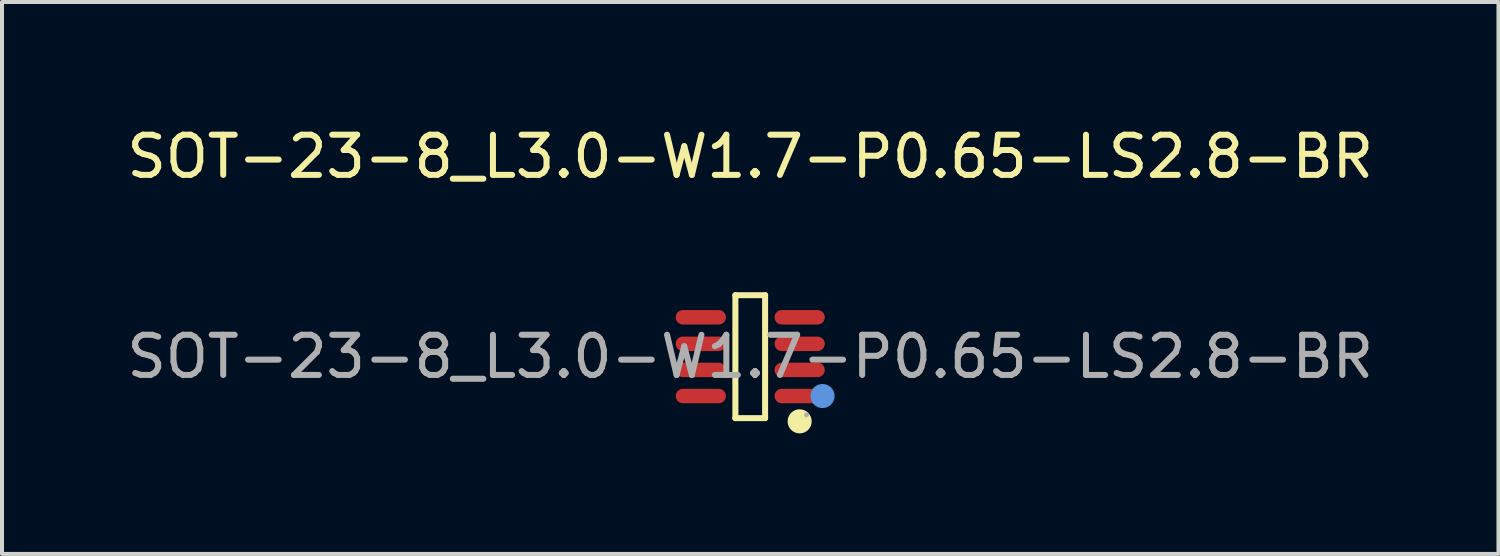
<source format=kicad_pcb>
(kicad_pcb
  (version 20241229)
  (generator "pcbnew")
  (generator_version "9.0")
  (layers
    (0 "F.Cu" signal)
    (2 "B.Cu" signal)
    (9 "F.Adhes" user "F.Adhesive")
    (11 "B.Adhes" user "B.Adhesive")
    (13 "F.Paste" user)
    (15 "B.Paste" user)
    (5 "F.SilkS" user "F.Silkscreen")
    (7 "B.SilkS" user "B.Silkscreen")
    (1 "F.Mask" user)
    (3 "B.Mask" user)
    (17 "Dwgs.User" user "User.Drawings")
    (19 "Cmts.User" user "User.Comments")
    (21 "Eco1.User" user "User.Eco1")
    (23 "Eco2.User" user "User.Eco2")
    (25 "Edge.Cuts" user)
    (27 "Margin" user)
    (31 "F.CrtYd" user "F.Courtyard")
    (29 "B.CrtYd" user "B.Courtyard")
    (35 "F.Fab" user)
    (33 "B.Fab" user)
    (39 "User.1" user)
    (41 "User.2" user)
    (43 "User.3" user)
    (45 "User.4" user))
  (footprint "SOT-23-8_L3.0-W1.7-P0.65-LS2.8-BR"
    (layer "F.Cu")
    (at 15.625 5.828)
    (property "Reference" "SOT-23-8_L3.0-W1.7-P0.65-LS2.8-BR" (at 0 -4.98 0) (layer "F.SilkS") (effects (font (size 1 1) (thickness 0.15))))
    (attr smd)
    (fp_line (start -0.37 -1.53) (end 0.37 -1.53) (stroke (width 0.15) (type solid)) (layer "F.SilkS"))
    (fp_line (start -0.37 1.53) (end -0.37 -1.53) (stroke (width 0.15) (type solid)) (layer "F.SilkS"))
    (fp_line (start 0.37 -1.53) (end 0.37 1.53) (stroke (width 0.15) (type solid)) (layer "F.SilkS"))
    (fp_line (start 0.37 1.53) (end -0.37 1.53) (stroke (width 0.15) (type solid)) (layer "F.SilkS"))
    (fp_circle (center 1.23 1.61) (end 1.38 1.61) (stroke (width 0.3) (type solid)) (fill no) (layer "F.SilkS"))
    (fp_circle (center 1.8 0.98) (end 1.95 0.98) (stroke (width 0.3) (type solid)) (fill no) (layer "Cmts.User"))
    (fp_circle (center 1.4 1.45) (end 1.43 1.45) (stroke (width 0.06) (type solid)) (fill no) (layer "F.Fab"))
    (fp_text user "${REFERENCE}" (at 0 0 0) (layer "F.Fab") (effects (font (size 1 1) (thickness 0.15))))
    (pad "1" smd oval (at 1.23 0.98 180) (size 1.25 0.36) (layers "F.Cu" "F.Mask" "F.Paste"))
    (pad "2" smd oval (at 1.23 0.33 180) (size 1.25 0.36) (layers "F.Cu" "F.Mask" "F.Paste"))
    (pad "3" smd oval (at 1.23 -0.32 180) (size 1.25 0.36) (layers "F.Cu" "F.Mask" "F.Paste"))
    (pad "4" smd oval (at 1.23 -0.98 180) (size 1.25 0.36) (layers "F.Cu" "F.Mask" "F.Paste"))
    (pad "5" smd oval (at -1.23 -0.98 180) (size 1.25 0.36) (layers "F.Cu" "F.Mask" "F.Paste"))
    (pad "6" smd oval (at -1.23 -0.32 180) (size 1.25 0.36) (layers "F.Cu" "F.Mask" "F.Paste"))
    (pad "7" smd oval (at -1.23 0.33 180) (size 1.25 0.36) (layers "F.Cu" "F.Mask" "F.Paste"))
    (pad "8" smd oval (at -1.23 0.98 180) (size 1.25 0.36) (layers "F.Cu" "F.Mask" "F.Paste")))
  (gr_rect
    (start -3 -3)
    (end 34.25 10.738)
    (stroke (width 0.1) (type default))
    (fill no)
    (layer "Edge.Cuts")))
</source>
